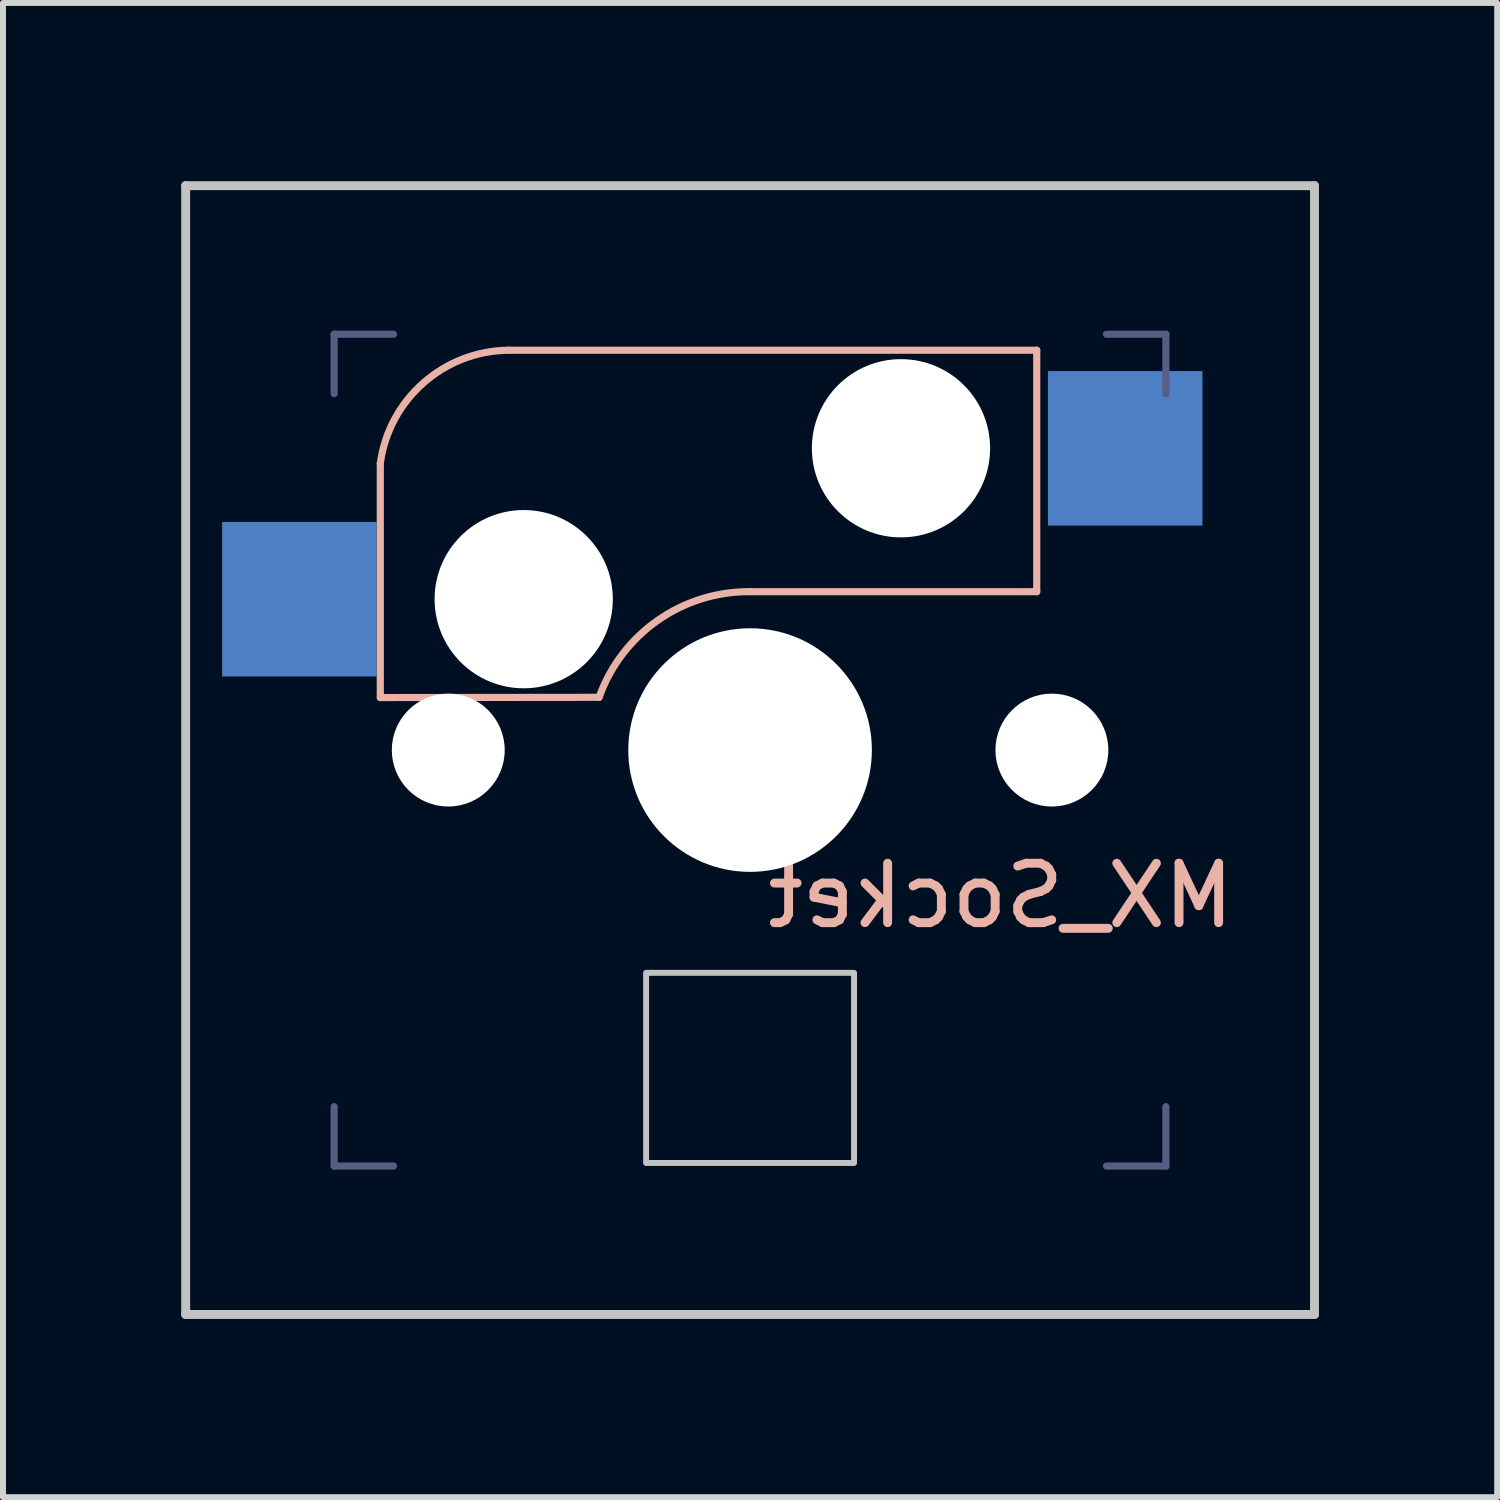
<source format=kicad_pcb>
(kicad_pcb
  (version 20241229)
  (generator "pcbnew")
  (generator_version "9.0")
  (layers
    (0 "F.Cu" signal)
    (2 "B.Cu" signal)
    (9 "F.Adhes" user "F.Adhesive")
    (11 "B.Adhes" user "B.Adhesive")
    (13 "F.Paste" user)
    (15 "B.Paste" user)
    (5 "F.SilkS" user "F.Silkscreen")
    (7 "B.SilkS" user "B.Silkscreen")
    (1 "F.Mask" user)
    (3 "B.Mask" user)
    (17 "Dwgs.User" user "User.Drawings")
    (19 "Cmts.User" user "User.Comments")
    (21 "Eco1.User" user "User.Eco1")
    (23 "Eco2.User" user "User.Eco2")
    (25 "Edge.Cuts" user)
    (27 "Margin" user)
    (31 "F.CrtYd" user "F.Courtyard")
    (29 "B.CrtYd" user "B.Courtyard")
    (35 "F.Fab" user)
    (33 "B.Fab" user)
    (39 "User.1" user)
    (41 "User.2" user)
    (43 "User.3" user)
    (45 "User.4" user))
  (footprint "MX_Socket"
    (layer "F.Cu")
    (at 9.575 9.575)
    (property "Reference" "MX_Socket" (at 4.22 2.45 0) (unlocked yes) (layer "B.SilkS") (effects (font (size 1 1) (thickness 0.15)) (justify mirror)))
    (attr smd)
    (fp_line (start -6.224 -0.884) (end -6.224 -4.825) (stroke (width 0.12) (type solid)) (layer "B.SilkS"))
    (fp_line (start -6.224 -0.884) (end -2.541 -0.888) (stroke (width 0.12) (type solid)) (layer "B.SilkS"))
    (fp_line (start -0.001 -2.666) (end 4.825 -2.666) (stroke (width 0.12) (type solid)) (layer "B.SilkS"))
    (fp_line (start 4.825 -6.73) (end -4.065 -6.73) (stroke (width 0.12) (type solid)) (layer "B.SilkS"))
    (fp_line (start 4.825 -2.666) (end 4.825 -6.73) (stroke (width 0.12) (type solid)) (layer "B.SilkS"))
    (fp_arc (start -6.224082 -4.825261) (mid -5.498788 -6.179194) (end -4.065082 -6.730261) (stroke (width 0.12) (type solid)) (layer "B.SilkS"))
    (fp_arc (start -2.541082 -0.888261) (mid -1.554773 -2.182533) (end -0.001082 -2.666261) (stroke (width 0.12) (type solid)) (layer "B.SilkS"))
    (fp_line (start -9.5 9.5) (end -9.5 -9.5) (stroke (width 0.15) (type solid)) (layer "Dwgs.User"))
    (fp_line (start 9.5 -9.5) (end -9.5 -9.5) (stroke (width 0.15) (type solid)) (layer "Dwgs.User"))
    (fp_line (start 9.5 -9.5) (end 9.5 9.5) (stroke (width 0.15) (type solid)) (layer "Dwgs.User"))
    (fp_line (start 9.5 9.5) (end -9.5 9.5) (stroke (width 0.15) (type solid)) (layer "Dwgs.User"))
    (fp_rect (start -1.75 3.75) (end 1.75 6.95) (stroke (width 0.1) (type default)) (fill no) (layer "Dwgs.User"))
    (fp_line (start -7.001 -6.999) (end -6.001 -6.999) (stroke (width 0.12) (type solid)) (layer "B.Fab"))
    (fp_line (start -7.001 -5.999) (end -7.001 -6.999) (stroke (width 0.12) (type solid)) (layer "B.Fab"))
    (fp_line (start -7.001 6.001) (end -7.001 7.001) (stroke (width 0.12) (type solid)) (layer "B.Fab"))
    (fp_line (start -7.001 7.001) (end -6.001 7.001) (stroke (width 0.12) (type solid)) (layer "B.Fab"))
    (fp_line (start 5.999 7.001) (end 6.999 7.001) (stroke (width 0.12) (type solid)) (layer "B.Fab"))
    (fp_line (start 6.999 -6.999) (end 5.999 -6.999) (stroke (width 0.12) (type solid)) (layer "B.Fab"))
    (fp_line (start 6.999 -6.999) (end 6.999 -5.999) (stroke (width 0.12) (type solid)) (layer "B.Fab"))
    (fp_line (start 6.999 7.001) (end 6.999 6.001) (stroke (width 0.12) (type solid)) (layer "B.Fab"))
    (pad "" np_thru_hole circle (at -5.08 0) (size 1.9 1.9) (drill 1.9) (layers "*.Cu" "*.Mask"))
    (pad "" np_thru_hole circle (at -3.81 -2.54) (size 3 3) (drill 3) (layers "*.Cu" "*.Mask"))
    (pad "" np_thru_hole circle (at 0 0 90) (size 4.1 4.1) (drill 4.1) (layers "*.Cu" "*.Mask"))
    (pad "" np_thru_hole circle (at 2.54 -5.08) (size 3 3) (drill 3) (layers "*.Cu" "*.Mask"))
    (pad "" np_thru_hole circle (at 5.08 0) (size 1.9 1.9) (drill 1.9) (layers "*.Cu" "*.Mask"))
    (pad "1" smd rect (at 6.314 -5.079 180) (size 2.6 2.6) (layers "B.Cu" "B.Mask" "B.Paste"))
    (pad "2" smd rect (at -7.586 -2.539 180) (size 2.6 2.6) (layers "B.Cu" "B.Mask" "B.Paste")))
  (gr_rect
    (start -3 -3)
    (end 22.15 22.15)
    (stroke (width 0.1) (type default))
    (fill no)
    (layer "Edge.Cuts")))
</source>
